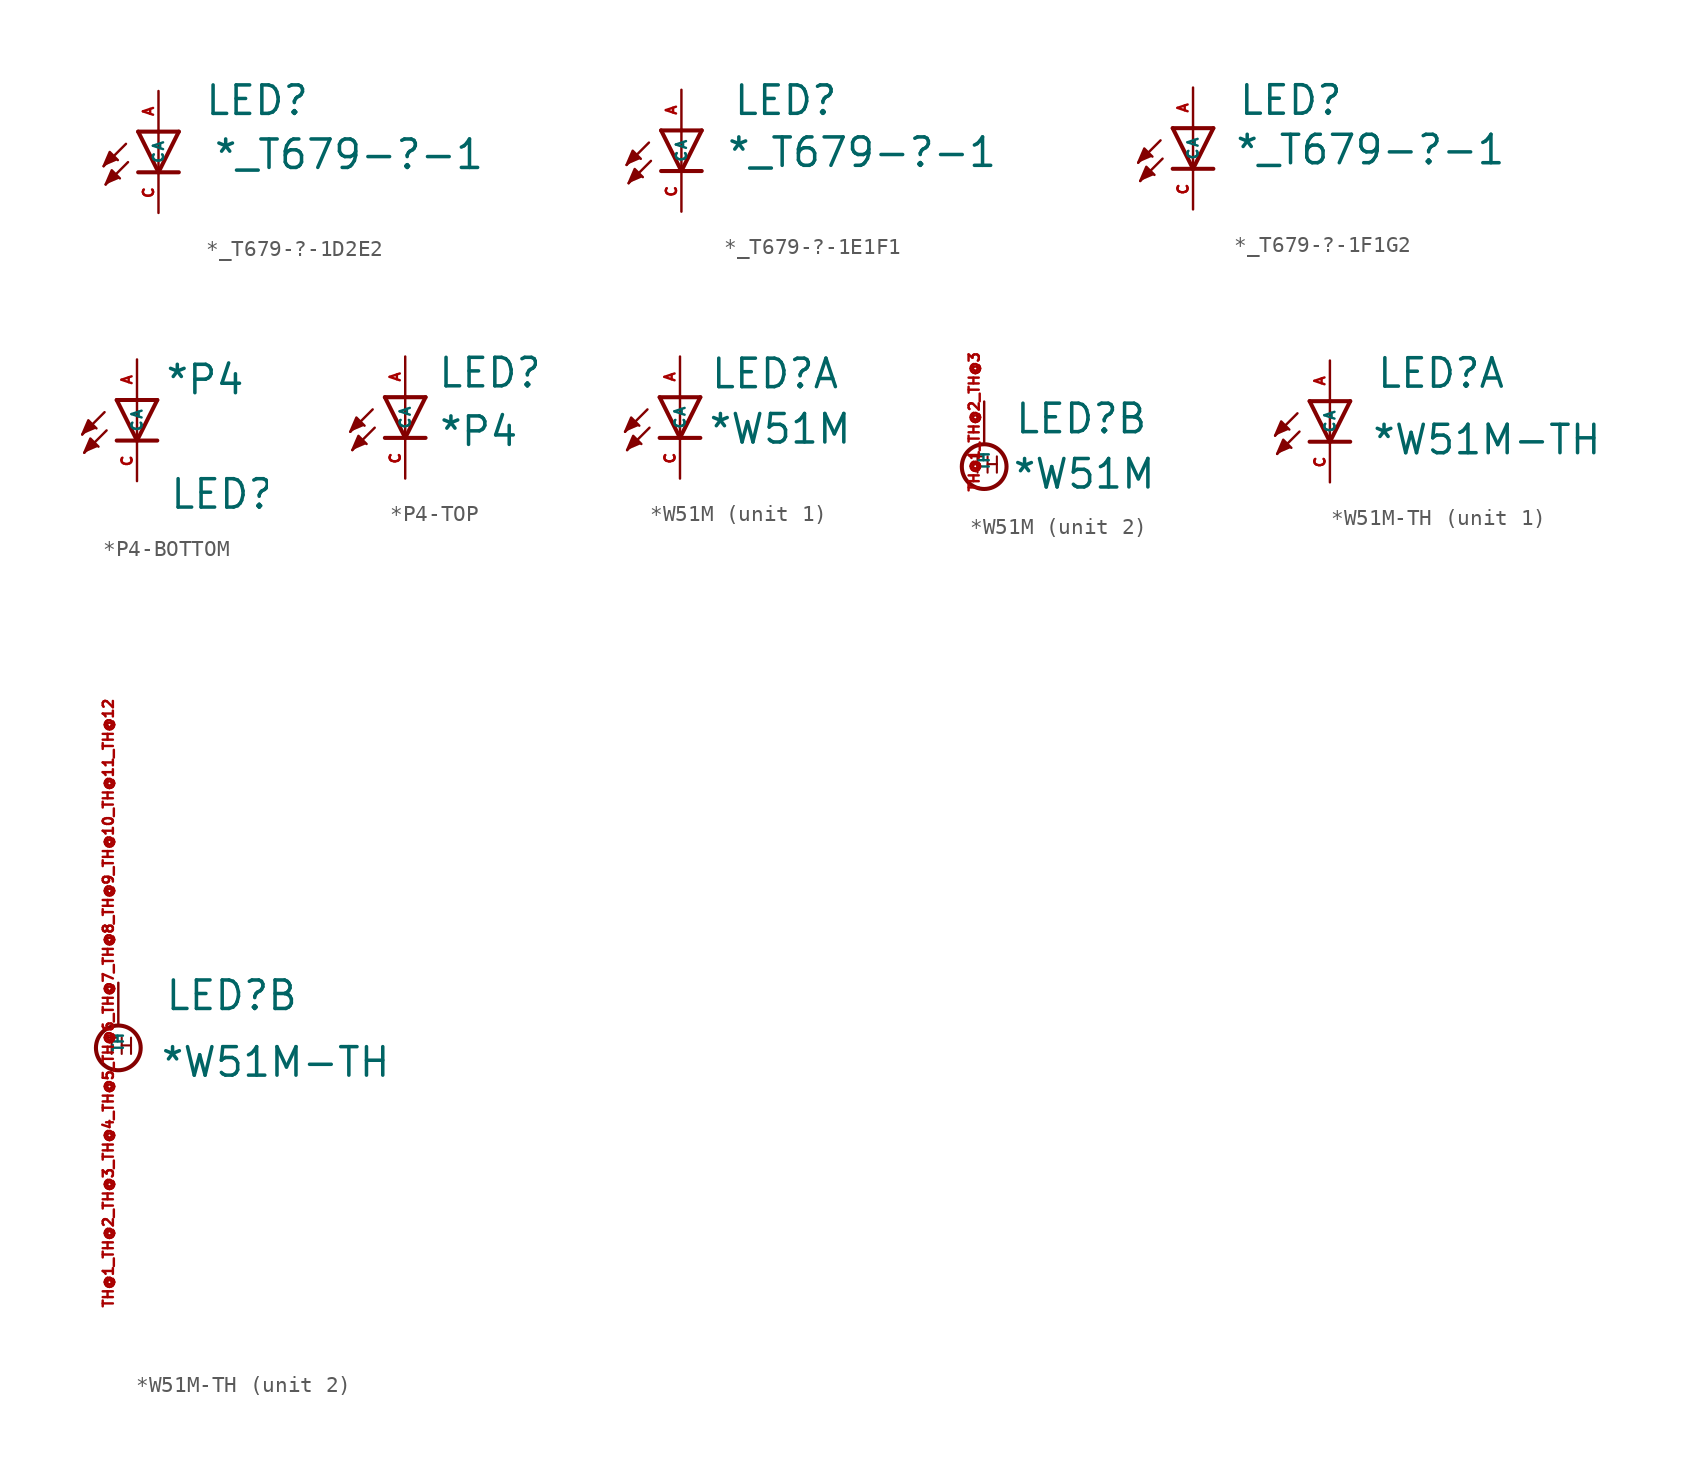
<source format=kicad_sym>
(kicad_symbol_lib
  (version 20220914)
  (generator kicad_symbol_editor)
  (symbol "*_T679-?-1D2E2"
    (property "Reference" "LED"
      (at 2.845 0.914 0)
      (effects (font (size 1.778 1.778) (thickness 0.22)) (justify left bottom)))
    (property "Value" "*_T679-?-1"
      (at 3.378 -2.464 0)
      (effects (font (size 1.778 1.778) (thickness 0.22)) (justify left bottom)))
    (symbol "*_T679-?-1D2E2_1_1"
      (polyline (pts (xy -2.032 -0.762) (xy -3.429 -2.159)) (stroke (width 0.152) (type default)) (fill (type none)))
      (polyline (pts (xy -1.905 -1.905) (xy -3.302 -3.302)) (stroke (width 0.152) (type default)) (fill (type none)))
      (polyline (pts (xy 0 -2.54) (xy -1.27 -2.54)) (stroke (width 0.254) (type default)) (fill (type none)))
      (polyline (pts (xy 0 -2.54) (xy -1.27 0)) (stroke (width 0.254) (type default)) (fill (type none)))
      (polyline (pts (xy 0 0) (xy -1.27 0)) (stroke (width 0.254) (type default)) (fill (type none)))
      (polyline (pts (xy 0 0) (xy 0 -2.54)) (stroke (width 0.152) (type default)) (fill (type none)))
      (polyline (pts (xy 1.27 -2.54) (xy 0 -2.54)) (stroke (width 0.254) (type default)) (fill (type none)))
      (polyline (pts (xy 1.27 0) (xy 0 -2.54)) (stroke (width 0.254) (type default)) (fill (type none)))
      (polyline (pts (xy 1.27 0) (xy 0 0)) (stroke (width 0.254) (type default)) (fill (type none)))
      (polyline (pts (xy -3.429 -2.159) (xy -3.048 -1.27) (xy -2.54 -1.778)) (stroke (width 0.152) (type default)) (fill (type outline)))
      (polyline (pts (xy -3.302 -3.302) (xy -2.921 -2.413) (xy -2.413 -2.921)) (stroke (width 0.152) (type default)) (fill (type outline)))
      (pin passive line (at 0 2.54 270) (length 2.54) (name "A" (effects (font (size 0.635 0.635)))) (number "A" (effects (font (size 0.635 0.635)))))
      (pin passive line (at 0 -5.08 90) (length 2.54) (name "C" (effects (font (size 0.635 0.635)))) (number "C" (effects (font (size 0.635 0.635)))))))
  (symbol "*_T679-?-1E1F1"
    (property "Reference" "LED"
      (at 3.2 0.838 0)
      (effects (font (size 1.778 1.778) (thickness 0.22)) (justify left bottom)))
    (property "Value" "*_T679-?-1"
      (at 2.769 -2.413 0)
      (effects (font (size 1.778 1.778) (thickness 0.22)) (justify left bottom)))
    (symbol "*_T679-?-1E1F1_1_1"
      (polyline (pts (xy -2.032 -0.762) (xy -3.429 -2.159)) (stroke (width 0.152) (type default)) (fill (type none)))
      (polyline (pts (xy -1.905 -1.905) (xy -3.302 -3.302)) (stroke (width 0.152) (type default)) (fill (type none)))
      (polyline (pts (xy 0 -2.54) (xy -1.27 -2.54)) (stroke (width 0.254) (type default)) (fill (type none)))
      (polyline (pts (xy 0 -2.54) (xy -1.27 0)) (stroke (width 0.254) (type default)) (fill (type none)))
      (polyline (pts (xy 0 0) (xy -1.27 0)) (stroke (width 0.254) (type default)) (fill (type none)))
      (polyline (pts (xy 0 0) (xy 0 -2.54)) (stroke (width 0.152) (type default)) (fill (type none)))
      (polyline (pts (xy 1.27 -2.54) (xy 0 -2.54)) (stroke (width 0.254) (type default)) (fill (type none)))
      (polyline (pts (xy 1.27 0) (xy 0 -2.54)) (stroke (width 0.254) (type default)) (fill (type none)))
      (polyline (pts (xy 1.27 0) (xy 0 0)) (stroke (width 0.254) (type default)) (fill (type none)))
      (polyline (pts (xy -3.429 -2.159) (xy -3.048 -1.27) (xy -2.54 -1.778)) (stroke (width 0.152) (type default)) (fill (type outline)))
      (polyline (pts (xy -3.302 -3.302) (xy -2.921 -2.413) (xy -2.413 -2.921)) (stroke (width 0.152) (type default)) (fill (type outline)))
      (pin passive line (at 0 2.54 270) (length 2.54) (name "A" (effects (font (size 0.635 0.635)))) (number "A" (effects (font (size 0.635 0.635)))))
      (pin passive line (at 0 -5.08 90) (length 2.54) (name "C" (effects (font (size 0.635 0.635)))) (number "C" (effects (font (size 0.635 0.635)))))))
  (symbol "*_T679-?-1F1G2"
    (property "Reference" "LED"
      (at 2.794 0.711 0)
      (effects (font (size 1.778 1.778) (thickness 0.22)) (justify left bottom)))
    (property "Value" "*_T679-?-1"
      (at 2.565 -2.388 0)
      (effects (font (size 1.778 1.778) (thickness 0.22)) (justify left bottom)))
    (symbol "*_T679-?-1F1G2_1_1"
      (polyline (pts (xy -2.032 -0.762) (xy -3.429 -2.159)) (stroke (width 0.152) (type default)) (fill (type none)))
      (polyline (pts (xy -1.905 -1.905) (xy -3.302 -3.302)) (stroke (width 0.152) (type default)) (fill (type none)))
      (polyline (pts (xy 0 -2.54) (xy -1.27 -2.54)) (stroke (width 0.254) (type default)) (fill (type none)))
      (polyline (pts (xy 0 -2.54) (xy -1.27 0)) (stroke (width 0.254) (type default)) (fill (type none)))
      (polyline (pts (xy 0 0) (xy -1.27 0)) (stroke (width 0.254) (type default)) (fill (type none)))
      (polyline (pts (xy 0 0) (xy 0 -2.54)) (stroke (width 0.152) (type default)) (fill (type none)))
      (polyline (pts (xy 1.27 -2.54) (xy 0 -2.54)) (stroke (width 0.254) (type default)) (fill (type none)))
      (polyline (pts (xy 1.27 0) (xy 0 -2.54)) (stroke (width 0.254) (type default)) (fill (type none)))
      (polyline (pts (xy 1.27 0) (xy 0 0)) (stroke (width 0.254) (type default)) (fill (type none)))
      (polyline (pts (xy -3.429 -2.159) (xy -3.048 -1.27) (xy -2.54 -1.778)) (stroke (width 0.152) (type default)) (fill (type outline)))
      (polyline (pts (xy -3.302 -3.302) (xy -2.921 -2.413) (xy -2.413 -2.921)) (stroke (width 0.152) (type default)) (fill (type outline)))
      (pin passive line (at 0 2.54 270) (length 2.54) (name "A" (effects (font (size 0.635 0.635)))) (number "A" (effects (font (size 0.635 0.635)))))
      (pin passive line (at 0 -5.08 90) (length 2.54) (name "C" (effects (font (size 0.635 0.635)))) (number "C" (effects (font (size 0.635 0.635)))))))
  (symbol "*P4-BOTTOM"
    (property "Reference" "LED"
      (at 2.007 -6.934 0)
      (effects (font (size 1.778 1.778) (thickness 0.22)) (justify left bottom)))
    (property "Value" "*P4"
      (at 1.702 0.229 0)
      (effects (font (size 1.778 1.778) (thickness 0.22)) (justify left bottom)))
    (symbol "*P4-BOTTOM_1_1"
      (polyline (pts (xy -2.032 -0.762) (xy -3.429 -2.159)) (stroke (width 0.152) (type default)) (fill (type none)))
      (polyline (pts (xy -1.905 -1.905) (xy -3.302 -3.302)) (stroke (width 0.152) (type default)) (fill (type none)))
      (polyline (pts (xy 0 -2.54) (xy -1.27 -2.54)) (stroke (width 0.254) (type default)) (fill (type none)))
      (polyline (pts (xy 0 -2.54) (xy -1.27 0)) (stroke (width 0.254) (type default)) (fill (type none)))
      (polyline (pts (xy 0 0) (xy -1.27 0)) (stroke (width 0.254) (type default)) (fill (type none)))
      (polyline (pts (xy 0 0) (xy 0 -2.54)) (stroke (width 0.152) (type default)) (fill (type none)))
      (polyline (pts (xy 1.27 -2.54) (xy 0 -2.54)) (stroke (width 0.254) (type default)) (fill (type none)))
      (polyline (pts (xy 1.27 0) (xy 0 -2.54)) (stroke (width 0.254) (type default)) (fill (type none)))
      (polyline (pts (xy 1.27 0) (xy 0 0)) (stroke (width 0.254) (type default)) (fill (type none)))
      (polyline (pts (xy -3.429 -2.159) (xy -3.048 -1.27) (xy -2.54 -1.778)) (stroke (width 0.152) (type default)) (fill (type outline)))
      (polyline (pts (xy -3.302 -3.302) (xy -2.921 -2.413) (xy -2.413 -2.921)) (stroke (width 0.152) (type default)) (fill (type outline)))
      (pin passive line (at 0 2.54 270) (length 2.54) (name "A" (effects (font (size 0.635 0.635)))) (number "A" (effects (font (size 0.635 0.635)))))
      (pin passive line (at 0 -5.08 90) (length 2.54) (name "C" (effects (font (size 0.635 0.635)))) (number "C" (effects (font (size 0.635 0.635)))))))
  (symbol "*P4-TOP"
    (property "Reference" "LED"
      (at 1.981 0.483 0)
      (effects (font (size 1.778 1.778) (thickness 0.22)) (justify left bottom)))
    (property "Value" "*P4"
      (at 2.032 -3.175 0)
      (effects (font (size 1.778 1.778) (thickness 0.22)) (justify left bottom)))
    (symbol "*P4-TOP_1_1"
      (polyline (pts (xy -2.032 -0.762) (xy -3.429 -2.159)) (stroke (width 0.152) (type default)) (fill (type none)))
      (polyline (pts (xy -1.905 -1.905) (xy -3.302 -3.302)) (stroke (width 0.152) (type default)) (fill (type none)))
      (polyline (pts (xy 0 -2.54) (xy -1.27 -2.54)) (stroke (width 0.254) (type default)) (fill (type none)))
      (polyline (pts (xy 0 -2.54) (xy -1.27 0)) (stroke (width 0.254) (type default)) (fill (type none)))
      (polyline (pts (xy 0 0) (xy -1.27 0)) (stroke (width 0.254) (type default)) (fill (type none)))
      (polyline (pts (xy 0 0) (xy 0 -2.54)) (stroke (width 0.152) (type default)) (fill (type none)))
      (polyline (pts (xy 1.27 -2.54) (xy 0 -2.54)) (stroke (width 0.254) (type default)) (fill (type none)))
      (polyline (pts (xy 1.27 0) (xy 0 -2.54)) (stroke (width 0.254) (type default)) (fill (type none)))
      (polyline (pts (xy 1.27 0) (xy 0 0)) (stroke (width 0.254) (type default)) (fill (type none)))
      (polyline (pts (xy -3.429 -2.159) (xy -3.048 -1.27) (xy -2.54 -1.778)) (stroke (width 0.152) (type default)) (fill (type outline)))
      (polyline (pts (xy -3.302 -3.302) (xy -2.921 -2.413) (xy -2.413 -2.921)) (stroke (width 0.152) (type default)) (fill (type outline)))
      (pin passive line (at 0 2.54 270) (length 2.54) (name "A" (effects (font (size 0.635 0.635)))) (number "A" (effects (font (size 0.635 0.635)))))
      (pin passive line (at 0 -5.08 90) (length 2.54) (name "C" (effects (font (size 0.635 0.635)))) (number "C" (effects (font (size 0.635 0.635)))))))
  (symbol "*W51M"
    (property "Reference" "LED"
      (at 1.854 0.432 0)
      (effects (font (size 1.778 1.778) (thickness 0.22)) (justify left bottom)))
    (property "Value" "*W51M"
      (at 1.702 -3.023 0)
      (effects (font (size 1.778 1.778) (thickness 0.22)) (justify left bottom)))
    (symbol "*W51M_1_0"
      (polyline (pts (xy -2.032 -0.762) (xy -3.429 -2.159)) (stroke (width 0.152) (type default)) (fill (type none)))
      (polyline (pts (xy -1.905 -1.905) (xy -3.302 -3.302)) (stroke (width 0.152) (type default)) (fill (type none)))
      (polyline (pts (xy 0 -2.54) (xy -1.27 -2.54)) (stroke (width 0.254) (type default)) (fill (type none)))
      (polyline (pts (xy 0 -2.54) (xy -1.27 0)) (stroke (width 0.254) (type default)) (fill (type none)))
      (polyline (pts (xy 0 0) (xy -1.27 0)) (stroke (width 0.254) (type default)) (fill (type none)))
      (polyline (pts (xy 0 0) (xy 0 -2.54)) (stroke (width 0.152) (type default)) (fill (type none)))
      (polyline (pts (xy 1.27 -2.54) (xy 0 -2.54)) (stroke (width 0.254) (type default)) (fill (type none)))
      (polyline (pts (xy 1.27 0) (xy 0 -2.54)) (stroke (width 0.254) (type default)) (fill (type none)))
      (polyline (pts (xy 1.27 0) (xy 0 0)) (stroke (width 0.254) (type default)) (fill (type none)))
      (polyline (pts (xy -3.429 -2.159) (xy -3.048 -1.27) (xy -2.54 -1.778)) (stroke (width 0.152) (type default)) (fill (type outline)))
      (polyline (pts (xy -3.302 -3.302) (xy -2.921 -2.413) (xy -2.413 -2.921)) (stroke (width 0.152) (type default)) (fill (type outline)))
      (pin passive line (at 0 2.54 270) (length 2.54) (name "A" (effects (font (size 0.635 0.635)))) (number "A" (effects (font (size 0.635 0.635)))))
      (pin passive line (at 0 -5.08 90) (length 2.54) (name "C" (effects (font (size 0.635 0.635)))) (number "C" (effects (font (size 0.635 0.635))))))
    (symbol "*W51M_2_0"
      (circle (center 0 -1.524) (radius 1.397) (stroke (width 0.254) (type default)) (fill (type none)))
      (text "TH" (at -0.889 -2.032 0) (effects (font (size 1.016 1.016) (thickness 0.13)) (justify left bottom)))
      (pin passive line (at 0 2.54 270) (length 2.54) (name "TH" (effects (font (size 0.635 0.635)))) (number "TH@1_TH@2_TH@3" (effects (font (size 0.635 0.635)))))))
  (symbol "*W51M-TH"
    (property "Reference" "LED"
      (at 2.87 0.711 0)
      (effects (font (size 1.778 1.778) (thickness 0.22)) (justify left bottom)))
    (property "Value" "*W51M-TH"
      (at 2.565 -3.454 0)
      (effects (font (size 1.778 1.778) (thickness 0.22)) (justify left bottom)))
    (symbol "*W51M-TH_1_0"
      (polyline (pts (xy -2.032 -0.762) (xy -3.429 -2.159)) (stroke (width 0.152) (type default)) (fill (type none)))
      (polyline (pts (xy -1.905 -1.905) (xy -3.302 -3.302)) (stroke (width 0.152) (type default)) (fill (type none)))
      (polyline (pts (xy 0 -2.54) (xy -1.27 -2.54)) (stroke (width 0.254) (type default)) (fill (type none)))
      (polyline (pts (xy 0 -2.54) (xy -1.27 0)) (stroke (width 0.254) (type default)) (fill (type none)))
      (polyline (pts (xy 0 0) (xy -1.27 0)) (stroke (width 0.254) (type default)) (fill (type none)))
      (polyline (pts (xy 0 0) (xy 0 -2.54)) (stroke (width 0.152) (type default)) (fill (type none)))
      (polyline (pts (xy 1.27 -2.54) (xy 0 -2.54)) (stroke (width 0.254) (type default)) (fill (type none)))
      (polyline (pts (xy 1.27 0) (xy 0 -2.54)) (stroke (width 0.254) (type default)) (fill (type none)))
      (polyline (pts (xy 1.27 0) (xy 0 0)) (stroke (width 0.254) (type default)) (fill (type none)))
      (polyline (pts (xy -3.429 -2.159) (xy -3.048 -1.27) (xy -2.54 -1.778)) (stroke (width 0.152) (type default)) (fill (type outline)))
      (polyline (pts (xy -3.302 -3.302) (xy -2.921 -2.413) (xy -2.413 -2.921)) (stroke (width 0.152) (type default)) (fill (type outline)))
      (pin passive line (at 0 2.54 270) (length 2.54) (name "A" (effects (font (size 0.635 0.635)))) (number "A" (effects (font (size 0.635 0.635)))))
      (pin passive line (at 0 -5.08 90) (length 2.54) (name "C" (effects (font (size 0.635 0.635)))) (number "C" (effects (font (size 0.635 0.635))))))
    (symbol "*W51M-TH_2_0"
      (circle (center 0 -1.524) (radius 1.397) (stroke (width 0.254) (type default)) (fill (type none)))
      (text "TH" (at -0.889 -2.032 0) (effects (font (size 1.016 1.016) (thickness 0.13)) (justify left bottom)))
      (pin passive line (at 0 2.54 270) (length 2.54) (name "TH" (effects (font (size 0.635 0.635)))) (number "TH@1_TH@2_TH@3_TH@4_TH@5_TH@6_TH@7_TH@8_TH@9_TH@10_TH@11_TH@12" (effects (font (size 0.635 0.635))))))))
</source>
